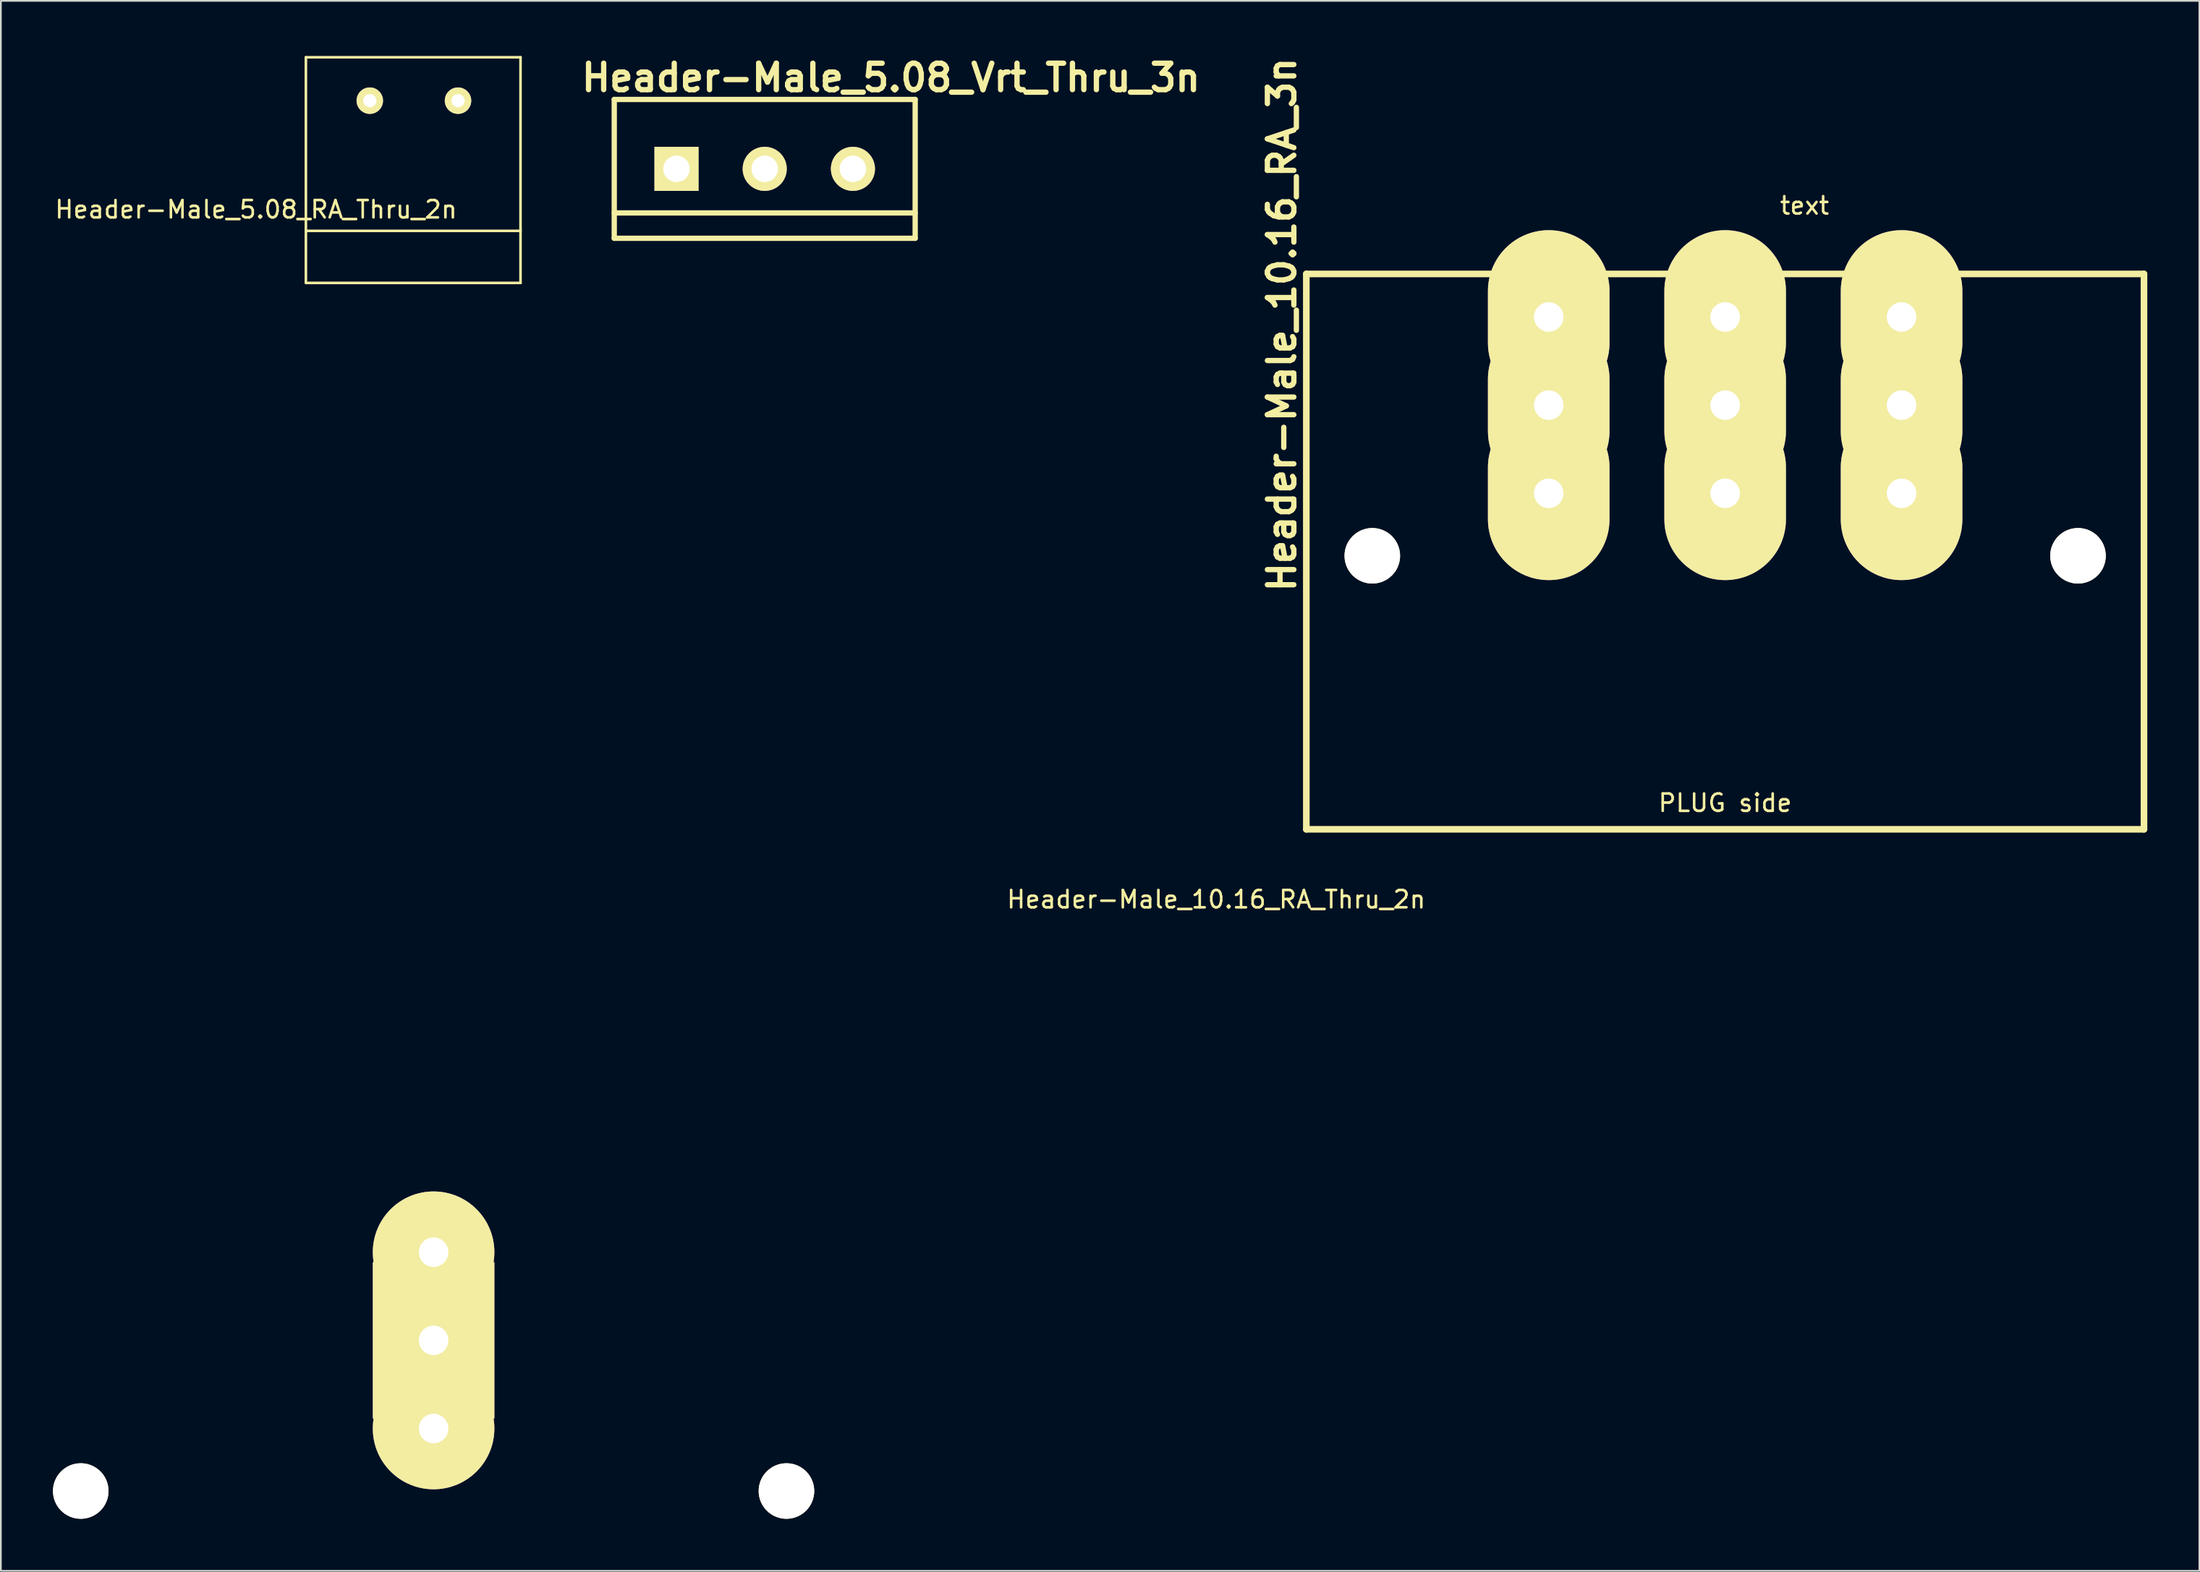
<source format=kicad_pcb>
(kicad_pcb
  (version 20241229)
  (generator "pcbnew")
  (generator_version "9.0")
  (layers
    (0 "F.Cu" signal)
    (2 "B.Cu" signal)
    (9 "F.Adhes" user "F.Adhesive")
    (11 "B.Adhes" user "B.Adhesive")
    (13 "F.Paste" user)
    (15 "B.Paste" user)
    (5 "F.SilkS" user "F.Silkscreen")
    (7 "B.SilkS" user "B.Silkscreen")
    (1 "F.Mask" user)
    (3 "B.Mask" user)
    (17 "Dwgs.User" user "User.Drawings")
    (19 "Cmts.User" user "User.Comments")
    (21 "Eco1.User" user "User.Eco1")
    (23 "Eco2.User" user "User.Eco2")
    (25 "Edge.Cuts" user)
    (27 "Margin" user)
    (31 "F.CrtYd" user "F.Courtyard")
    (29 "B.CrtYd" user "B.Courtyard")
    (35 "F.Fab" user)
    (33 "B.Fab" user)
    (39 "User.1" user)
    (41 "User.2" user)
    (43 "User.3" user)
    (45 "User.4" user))
  (footprint "Header-Male_5.08_Vrt_Thru_3n"
    (layer "F.Cu")
    (at 40.989 6.679)
    (property "Reference" "Header-Male_5.08_Vrt_Thru_3n" (at 7.272 -5.253 0) (layer "F.SilkS") (effects (font (size 1.524 1.524) (thickness 0.305))))
    (attr through_hole)
    (fp_line (start -8.665 -4) (end 8.665 -4) (stroke (width 0.305) (type solid)) (layer "F.SilkS"))
    (fp_line (start -8.665 2.54) (end 8.665 2.54) (stroke (width 0.305) (type solid)) (layer "F.SilkS"))
    (fp_line (start -8.665 4) (end -8.665 -4) (stroke (width 0.305) (type solid)) (layer "F.SilkS"))
    (fp_line (start -8.665 4) (end 8.665 4) (stroke (width 0.305) (type solid)) (layer "F.SilkS"))
    (fp_line (start 8.665 4) (end 8.665 -4) (stroke (width 0.305) (type solid)) (layer "F.SilkS"))
    (pad "1" thru_hole rect (at -5.08 0) (size 2.54 2.54) (drill 1.524) (layers "*.Cu" "*.Mask" "F.SilkS"))
    (pad "2" thru_hole circle (at 0 0) (size 2.54 2.54) (drill 1.524) (layers "*.Cu" "*.Mask" "F.SilkS"))
    (pad "3" thru_hole circle (at 5.08 0) (size 2.54 2.54) (drill 1.524) (layers "*.Cu" "*.Mask" "F.SilkS")))
  (footprint "Header-Male_10.16_RA_3n"
    (layer "F.Cu")
    (at 96.299 27.973)
    (property "Reference" "Header-Male_10.16_RA_3n" (at -25.527 -12.319 90) (layer "F.SilkS") (effects (font (size 1.524 1.524) (thickness 0.305))))
    (attr smd)
    (fp_line (start -24.12 -15.24) (end 24.12 -15.24) (stroke (width 0.381) (type solid)) (layer "F.SilkS"))
    (fp_line (start -24.12 16.76) (end -24.12 -15.24) (stroke (width 0.381) (type solid)) (layer "F.SilkS"))
    (fp_line (start 24.12 -15.24) (end 24.12 16.76) (stroke (width 0.381) (type solid)) (layer "F.SilkS"))
    (fp_line (start 24.12 16.76) (end -24.12 16.76) (stroke (width 0.381) (type solid)) (layer "F.SilkS"))
    (fp_text user "text" (at 4.572 -19.177 0) (layer "F.SilkS") (effects (font (size 1 1) (thickness 0.15))))
    (fp_text user "PLUG side" (at 0 15.24 0) (layer "F.SilkS") (effects (font (size 1 1) (thickness 0.15))))
    (pad "" np_thru_hole circle (at -20.32 1) (size 3.2 3.2) (drill 3.2) (layers "*.Cu" "*.Mask" "F.SilkS"))
    (pad "" np_thru_hole circle (at 20.32 1) (size 3.2 3.2) (drill 3.2) (layers "*.Cu" "*.Mask" "F.SilkS"))
    (pad "1" thru_hole oval (at -10.16 -12.76) (size 7 10) (drill 1.7) (layers "*.Cu" "*.Mask" "F.SilkS"))
    (pad "1" thru_hole oval (at -10.16 -7.68) (size 7 10) (drill 1.7) (layers "*.Cu" "*.Mask" "F.SilkS"))
    (pad "1" thru_hole oval (at -10.16 -2.6) (size 7 10) (drill 1.7) (layers "*.Cu" "*.Mask" "F.SilkS"))
    (pad "2" thru_hole oval (at 0 -12.76) (size 7 10) (drill 1.7) (layers "*.Cu" "*.Mask" "F.SilkS"))
    (pad "2" thru_hole oval (at 0 -7.68) (size 7 10) (drill 1.7) (layers "*.Cu" "*.Mask" "F.SilkS"))
    (pad "2" thru_hole oval (at 0 -2.6) (size 7 10) (drill 1.7) (layers "*.Cu" "*.Mask" "F.SilkS"))
    (pad "3" thru_hole oval (at 10.16 -12.76) (size 7 10) (drill 1.7) (layers "*.Cu" "*.Mask" "F.SilkS"))
    (pad "3" thru_hole oval (at 10.16 -7.68) (size 7 10) (drill 1.7) (layers "*.Cu" "*.Mask" "F.SilkS"))
    (pad "3" thru_hole oval (at 10.16 -2.6) (size 7 10) (drill 1.7) (layers "*.Cu" "*.Mask" "F.SilkS")))
  (footprint "Header-Male_10.16_RA_Thru_2n"
    (layer "F.Cu")
    (at 21.92 82.858)
    (property "Reference" "Header-Male_10.16_RA_Thru_2n" (at 45.072 -34.087 0) (layer "F.SilkS") (effects (font (size 1 1) (thickness 0.15))))
    (attr through_hole)
    (pad "" np_thru_hole circle (at -20.32 0) (size 3.2 3.2) (drill 3.2) (layers "*.Cu" "*.Mask" "F.SilkS"))
    (pad "" np_thru_hole circle (at 20.32 0) (size 3.2 3.2) (drill 3.2) (layers "*.Cu" "*.Mask" "F.SilkS"))
    (pad "1" thru_hole rect (at 0 -8.68) (size 7 9) (drill 1.7) (layers "*.Cu" "*.Mask" "F.SilkS"))
    (pad "1" thru_hole circle (at 0 -3.6) (size 7 7) (drill 1.7) (layers "*.Cu" "*.Mask" "F.SilkS"))
    (pad "2" thru_hole circle (at 0 -13.76) (size 7 7) (drill 1.7) (layers "*.Cu" "*.Mask" "F.SilkS")))
  (footprint "Header-Male_5.08_RA_Thru_2n"
    (layer "F.Cu")
    (at 26.926 0.25)
    (property "Reference" "Header-Male_5.08_RA_Thru_2n" (at -15.23 8.77 0) (layer "F.SilkS") (effects (font (size 1 1) (thickness 0.15))))
    (attr through_hole)
    (fp_line (start -12.36 0) (end -12.36 13) (stroke (width 0.15) (type solid)) (layer "F.SilkS"))
    (fp_line (start -12.36 13) (end 0 13) (stroke (width 0.15) (type solid)) (layer "F.SilkS"))
    (fp_line (start 0 0) (end -12.36 0) (stroke (width 0.15) (type solid)) (layer "F.SilkS"))
    (fp_line (start 0 10) (end -12.35 10) (stroke (width 0.15) (type solid)) (layer "F.SilkS"))
    (fp_line (start 0 13) (end 0 0) (stroke (width 0.15) (type solid)) (layer "F.SilkS"))
    (pad "1" thru_hole circle (at -3.6 2.5) (size 1.524 1.524) (drill 0.762) (layers "*.Cu" "*.Mask" "F.SilkS"))
    (pad "2" thru_hole circle (at -8.68 2.5) (size 1.524 1.524) (drill 0.762) (layers "*.Cu" "*.Mask" "F.SilkS")))
  (gr_rect
    (start -3 -3)
    (end 123.61 87.458)
    (stroke (width 0.1) (type default))
    (fill no)
    (layer "Edge.Cuts")))
</source>
